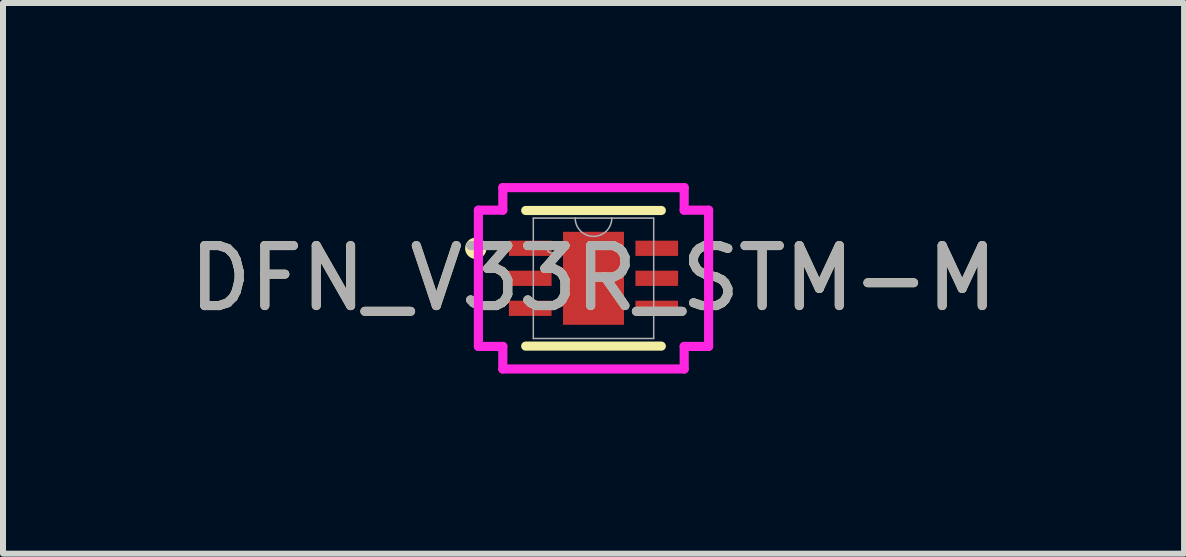
<source format=kicad_pcb>
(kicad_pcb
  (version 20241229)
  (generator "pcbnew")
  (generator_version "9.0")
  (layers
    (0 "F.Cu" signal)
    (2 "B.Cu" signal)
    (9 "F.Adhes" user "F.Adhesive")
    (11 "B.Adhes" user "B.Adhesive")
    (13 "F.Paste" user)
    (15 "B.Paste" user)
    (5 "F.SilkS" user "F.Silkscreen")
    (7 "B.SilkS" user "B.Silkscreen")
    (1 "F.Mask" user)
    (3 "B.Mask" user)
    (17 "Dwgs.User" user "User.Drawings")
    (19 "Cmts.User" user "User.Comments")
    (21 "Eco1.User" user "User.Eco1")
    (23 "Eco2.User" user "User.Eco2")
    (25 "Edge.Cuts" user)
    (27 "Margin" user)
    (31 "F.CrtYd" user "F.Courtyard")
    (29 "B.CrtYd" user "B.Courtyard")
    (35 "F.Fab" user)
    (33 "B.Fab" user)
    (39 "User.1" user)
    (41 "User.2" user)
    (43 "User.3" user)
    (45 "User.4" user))
  (footprint "DFN_V33R_STM-M"
    (layer "F.Cu")
    (at 6.839 1.587)
    (property "Reference" "DFN_V33R_STM-M" (at 0 0 0) (unlocked yes) (layer "F.SilkS") (effects (font (size 1 1) (thickness 0.15))))
    (attr smd)
    (fp_line (start -1.13 1.13) (end 1.13 1.13) (stroke (width 0.152) (type solid)) (layer "F.SilkS"))
    (fp_line (start 1.13 -1.13) (end -1.13 -1.13) (stroke (width 0.152) (type solid)) (layer "F.SilkS"))
    (fp_circle (center -1.961 -0.5) (end -1.859 -0.5) (stroke (width 0.152) (type solid)) (fill no) (layer "F.SilkS"))
    (fp_line (start -1.918 -1.135) (end -1.511 -1.135) (stroke (width 0.152) (type solid)) (layer "F.CrtYd"))
    (fp_line (start -1.918 1.135) (end -1.918 -1.135) (stroke (width 0.152) (type solid)) (layer "F.CrtYd"))
    (fp_line (start -1.918 1.135) (end -1.511 1.135) (stroke (width 0.152) (type solid)) (layer "F.CrtYd"))
    (fp_line (start -1.511 -1.511) (end 1.511 -1.511) (stroke (width 0.152) (type solid)) (layer "F.CrtYd"))
    (fp_line (start -1.511 -1.135) (end -1.511 -1.511) (stroke (width 0.152) (type solid)) (layer "F.CrtYd"))
    (fp_line (start -1.511 1.511) (end -1.511 1.135) (stroke (width 0.152) (type solid)) (layer "F.CrtYd"))
    (fp_line (start 1.511 -1.511) (end 1.511 -1.135) (stroke (width 0.152) (type solid)) (layer "F.CrtYd"))
    (fp_line (start 1.511 1.135) (end 1.511 1.511) (stroke (width 0.152) (type solid)) (layer "F.CrtYd"))
    (fp_line (start 1.511 1.511) (end -1.511 1.511) (stroke (width 0.152) (type solid)) (layer "F.CrtYd"))
    (fp_line (start 1.918 -1.135) (end 1.511 -1.135) (stroke (width 0.152) (type solid)) (layer "F.CrtYd"))
    (fp_line (start 1.918 -1.135) (end 1.918 1.135) (stroke (width 0.152) (type solid)) (layer "F.CrtYd"))
    (fp_line (start 1.918 1.135) (end 1.511 1.135) (stroke (width 0.152) (type solid)) (layer "F.CrtYd"))
    (fp_line (start -1.003 -1.003) (end -1.003 1.003) (stroke (width 0.025) (type solid)) (layer "F.Fab"))
    (fp_line (start -1.003 1.003) (end 1.003 1.003) (stroke (width 0.025) (type solid)) (layer "F.Fab"))
    (fp_line (start 1.003 -1.003) (end -1.003 -1.003) (stroke (width 0.025) (type solid)) (layer "F.Fab"))
    (fp_line (start 1.003 1.003) (end 1.003 -1.003) (stroke (width 0.025) (type solid)) (layer "F.Fab"))
    (fp_arc (start 0.3048 -1.0033) (mid 0 -0.6985) (end -0.3048 -1.0033) (stroke (width 0.0254) (type solid)) (layer "F.Fab"))
    (fp_circle (center -0.699 -0.5) (end -0.622 -0.5) (stroke (width 0.025) (type solid)) (fill no) (layer "F.Fab"))
    (fp_text user "${REFERENCE}" (at 0 0 0) (unlocked yes) (layer "F.Fab") (effects (font (size 1 1) (thickness 0.15))))
    (pad "1" smd rect (at -1.054 -0.5) (size 0.711 0.254) (layers "F.Cu" "F.Mask" "F.Paste"))
    (pad "2" smd rect (at -1.054 0) (size 0.711 0.254) (layers "F.Cu" "F.Mask" "F.Paste"))
    (pad "3" smd rect (at -1.054 0.5) (size 0.711 0.254) (layers "F.Cu" "F.Mask" "F.Paste"))
    (pad "4" smd rect (at 1.054 0.5) (size 0.711 0.254) (layers "F.Cu" "F.Mask" "F.Paste"))
    (pad "5" smd rect (at 1.054 0) (size 0.711 0.254) (layers "F.Cu" "F.Mask" "F.Paste"))
    (pad "6" smd rect (at 1.054 -0.5) (size 0.711 0.254) (layers "F.Cu" "F.Mask" "F.Paste"))
    (pad "7" smd rect (at 0 0) (size 1.016 1.549) (layers "F.Cu" "F.Mask" "F.Paste")))
  (gr_rect
    (start -3 -3)
    (end 16.679 6.175)
    (stroke (width 0.1) (type default))
    (fill no)
    (layer "Edge.Cuts")))
</source>
